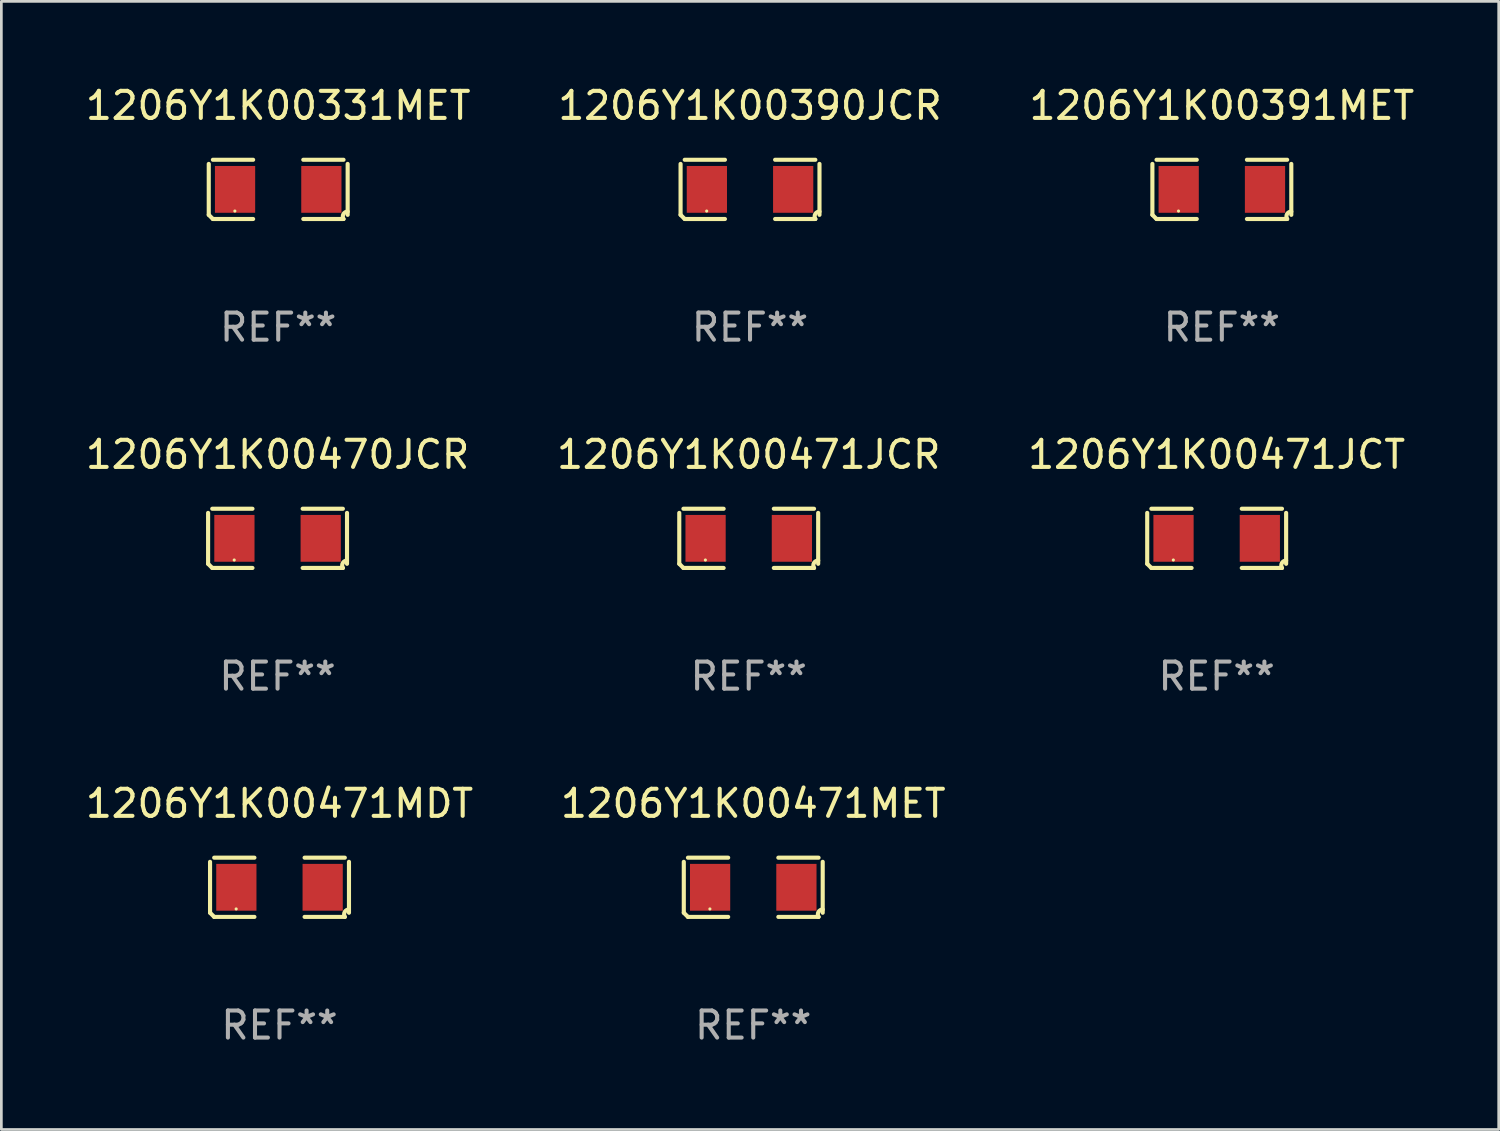
<source format=kicad_pcb>
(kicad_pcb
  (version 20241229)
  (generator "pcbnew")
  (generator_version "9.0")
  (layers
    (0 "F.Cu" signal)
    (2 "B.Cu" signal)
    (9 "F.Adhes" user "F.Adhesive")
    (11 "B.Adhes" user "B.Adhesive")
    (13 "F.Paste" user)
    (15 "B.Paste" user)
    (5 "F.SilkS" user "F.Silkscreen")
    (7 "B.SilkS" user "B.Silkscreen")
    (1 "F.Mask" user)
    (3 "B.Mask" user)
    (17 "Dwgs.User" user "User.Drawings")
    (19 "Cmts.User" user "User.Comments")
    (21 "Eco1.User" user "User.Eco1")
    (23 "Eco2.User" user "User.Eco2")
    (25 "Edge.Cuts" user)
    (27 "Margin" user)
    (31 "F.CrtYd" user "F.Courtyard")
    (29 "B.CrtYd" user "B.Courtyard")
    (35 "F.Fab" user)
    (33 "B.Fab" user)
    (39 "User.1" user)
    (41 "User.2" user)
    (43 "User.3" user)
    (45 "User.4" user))
  (footprint "1206Y1K00331MET"
    (layer "F.Cu")
    (at 7.22 3.941)
    (property "Reference" "1206Y1K00331MET" (at 0 -3.093 0) (layer "F.SilkS") (effects (font (size 1 1) (thickness 0.15))))
    (attr through_hole)
    (fp_line (start -2.564 0.94) (end -2.564 -0.94) (stroke (width 0.152) (type solid)) (layer "F.SilkS"))
    (fp_line (start -2.411 -1.093) (end -0.926 -1.093) (stroke (width 0.152) (type solid)) (layer "F.SilkS"))
    (fp_line (start -0.926 1.093) (end -2.411 1.093) (stroke (width 0.152) (type solid)) (layer "F.SilkS"))
    (fp_line (start 0.926 1.093) (end 2.411 1.093) (stroke (width 0.152) (type solid)) (layer "F.SilkS"))
    (fp_line (start 2.411 -1.093) (end 0.926 -1.093) (stroke (width 0.152) (type solid)) (layer "F.SilkS"))
    (fp_line (start 2.564 0.94) (end 2.564 -0.94) (stroke (width 0.152) (type solid)) (layer "F.SilkS"))
    (fp_arc (start -2.411201 1.092609) (mid -2.487413 1.01642) (end -2.563602 0.940208) (stroke (width 0.1524) (type solid)) (layer "F.SilkS"))
    (fp_arc (start 2.411201 1.092609) (mid 2.407159 0.911226) (end 2.563602 0.819347) (stroke (width 0.1524) (type solid)) (layer "F.SilkS"))
    (fp_circle (center -1.6 0.8) (end -1.57 0.8) (stroke (width 0.06) (type solid)) (fill no) (layer "F.SilkS"))
    (fp_text user "REF**" (at 0 5.093 0) (layer "F.Fab") (effects (font (size 1 1) (thickness 0.15))))
    (pad "1" smd rect (at -1.593 0) (size 1.485 1.728) (layers "F.Cu" "F.Mask" "F.Paste"))
    (pad "2" smd rect (at 1.593 0) (size 1.485 1.728) (layers "F.Cu" "F.Mask" "F.Paste")))
  (footprint "1206Y1K00471MDT"
    (layer "F.Cu")
    (at 7.268 29.704)
    (property "Reference" "1206Y1K00471MDT" (at 0 -3.093 0) (layer "F.SilkS") (effects (font (size 1 1) (thickness 0.15))))
    (attr through_hole)
    (fp_line (start -2.564 0.94) (end -2.564 -0.94) (stroke (width 0.152) (type solid)) (layer "F.SilkS"))
    (fp_line (start -2.411 -1.093) (end -0.926 -1.093) (stroke (width 0.152) (type solid)) (layer "F.SilkS"))
    (fp_line (start -0.926 1.093) (end -2.411 1.093) (stroke (width 0.152) (type solid)) (layer "F.SilkS"))
    (fp_line (start 0.926 1.093) (end 2.411 1.093) (stroke (width 0.152) (type solid)) (layer "F.SilkS"))
    (fp_line (start 2.411 -1.093) (end 0.926 -1.093) (stroke (width 0.152) (type solid)) (layer "F.SilkS"))
    (fp_line (start 2.564 0.94) (end 2.564 -0.94) (stroke (width 0.152) (type solid)) (layer "F.SilkS"))
    (fp_arc (start -2.411201 1.092609) (mid -2.487413 1.01642) (end -2.563602 0.940208) (stroke (width 0.1524) (type solid)) (layer "F.SilkS"))
    (fp_arc (start 2.411201 1.092609) (mid 2.407159 0.911226) (end 2.563602 0.819347) (stroke (width 0.1524) (type solid)) (layer "F.SilkS"))
    (fp_circle (center -1.6 0.8) (end -1.57 0.8) (stroke (width 0.06) (type solid)) (fill no) (layer "F.SilkS"))
    (fp_text user "REF**" (at 0 5.093 0) (layer "F.Fab") (effects (font (size 1 1) (thickness 0.15))))
    (pad "1" smd rect (at -1.593 0) (size 1.485 1.728) (layers "F.Cu" "F.Mask" "F.Paste"))
    (pad "2" smd rect (at 1.593 0) (size 1.485 1.728) (layers "F.Cu" "F.Mask" "F.Paste")))
  (footprint "1206Y1K00471JCT"
    (layer "F.Cu")
    (at 41.863 16.823)
    (property "Reference" "1206Y1K00471JCT" (at 0 -3.093 0) (layer "F.SilkS") (effects (font (size 1 1) (thickness 0.15))))
    (attr through_hole)
    (fp_line (start -2.564 0.94) (end -2.564 -0.94) (stroke (width 0.152) (type solid)) (layer "F.SilkS"))
    (fp_line (start -2.411 -1.093) (end -0.926 -1.093) (stroke (width 0.152) (type solid)) (layer "F.SilkS"))
    (fp_line (start -0.926 1.093) (end -2.411 1.093) (stroke (width 0.152) (type solid)) (layer "F.SilkS"))
    (fp_line (start 0.926 1.093) (end 2.411 1.093) (stroke (width 0.152) (type solid)) (layer "F.SilkS"))
    (fp_line (start 2.411 -1.093) (end 0.926 -1.093) (stroke (width 0.152) (type solid)) (layer "F.SilkS"))
    (fp_line (start 2.564 0.94) (end 2.564 -0.94) (stroke (width 0.152) (type solid)) (layer "F.SilkS"))
    (fp_arc (start -2.411201 1.092609) (mid -2.487413 1.01642) (end -2.563602 0.940208) (stroke (width 0.1524) (type solid)) (layer "F.SilkS"))
    (fp_arc (start 2.411201 1.092609) (mid 2.407159 0.911226) (end 2.563602 0.819347) (stroke (width 0.1524) (type solid)) (layer "F.SilkS"))
    (fp_circle (center -1.6 0.8) (end -1.57 0.8) (stroke (width 0.06) (type solid)) (fill no) (layer "F.SilkS"))
    (fp_text user "REF**" (at 0 5.093 0) (layer "F.Fab") (effects (font (size 1 1) (thickness 0.15))))
    (pad "1" smd rect (at -1.593 0) (size 1.485 1.728) (layers "F.Cu" "F.Mask" "F.Paste"))
    (pad "2" smd rect (at 1.593 0) (size 1.485 1.728) (layers "F.Cu" "F.Mask" "F.Paste")))
  (footprint "1206Y1K00391MET"
    (layer "F.Cu")
    (at 42.054 3.941)
    (property "Reference" "1206Y1K00391MET" (at 0 -3.093 0) (layer "F.SilkS") (effects (font (size 1 1) (thickness 0.15))))
    (attr through_hole)
    (fp_line (start -2.564 0.94) (end -2.564 -0.94) (stroke (width 0.152) (type solid)) (layer "F.SilkS"))
    (fp_line (start -2.411 -1.093) (end -0.926 -1.093) (stroke (width 0.152) (type solid)) (layer "F.SilkS"))
    (fp_line (start -0.926 1.093) (end -2.411 1.093) (stroke (width 0.152) (type solid)) (layer "F.SilkS"))
    (fp_line (start 0.926 1.093) (end 2.411 1.093) (stroke (width 0.152) (type solid)) (layer "F.SilkS"))
    (fp_line (start 2.411 -1.093) (end 0.926 -1.093) (stroke (width 0.152) (type solid)) (layer "F.SilkS"))
    (fp_line (start 2.564 0.94) (end 2.564 -0.94) (stroke (width 0.152) (type solid)) (layer "F.SilkS"))
    (fp_arc (start -2.411201 1.092609) (mid -2.487413 1.01642) (end -2.563602 0.940208) (stroke (width 0.1524) (type solid)) (layer "F.SilkS"))
    (fp_arc (start 2.411201 1.092609) (mid 2.407159 0.911226) (end 2.563602 0.819347) (stroke (width 0.1524) (type solid)) (layer "F.SilkS"))
    (fp_circle (center -1.6 0.8) (end -1.57 0.8) (stroke (width 0.06) (type solid)) (fill no) (layer "F.SilkS"))
    (fp_text user "REF**" (at 0 5.093 0) (layer "F.Fab") (effects (font (size 1 1) (thickness 0.15))))
    (pad "1" smd rect (at -1.593 0) (size 1.485 1.728) (layers "F.Cu" "F.Mask" "F.Paste"))
    (pad "2" smd rect (at 1.593 0) (size 1.485 1.728) (layers "F.Cu" "F.Mask" "F.Paste")))
  (footprint "1206Y1K00470JCR"
    (layer "F.Cu")
    (at 7.196 16.823)
    (property "Reference" "1206Y1K00470JCR" (at 0 -3.093 0) (layer "F.SilkS") (effects (font (size 1 1) (thickness 0.15))))
    (attr through_hole)
    (fp_line (start -2.564 0.94) (end -2.564 -0.94) (stroke (width 0.152) (type solid)) (layer "F.SilkS"))
    (fp_line (start -2.411 -1.093) (end -0.926 -1.093) (stroke (width 0.152) (type solid)) (layer "F.SilkS"))
    (fp_line (start -0.926 1.093) (end -2.411 1.093) (stroke (width 0.152) (type solid)) (layer "F.SilkS"))
    (fp_line (start 0.926 1.093) (end 2.411 1.093) (stroke (width 0.152) (type solid)) (layer "F.SilkS"))
    (fp_line (start 2.411 -1.093) (end 0.926 -1.093) (stroke (width 0.152) (type solid)) (layer "F.SilkS"))
    (fp_line (start 2.564 0.94) (end 2.564 -0.94) (stroke (width 0.152) (type solid)) (layer "F.SilkS"))
    (fp_arc (start -2.411201 1.092609) (mid -2.487413 1.01642) (end -2.563602 0.940208) (stroke (width 0.1524) (type solid)) (layer "F.SilkS"))
    (fp_arc (start 2.411201 1.092609) (mid 2.407159 0.911226) (end 2.563602 0.819347) (stroke (width 0.1524) (type solid)) (layer "F.SilkS"))
    (fp_circle (center -1.6 0.8) (end -1.57 0.8) (stroke (width 0.06) (type solid)) (fill no) (layer "F.SilkS"))
    (fp_text user "REF**" (at 0 5.093 0) (layer "F.Fab") (effects (font (size 1 1) (thickness 0.15))))
    (pad "1" smd rect (at -1.593 0) (size 1.485 1.728) (layers "F.Cu" "F.Mask" "F.Paste"))
    (pad "2" smd rect (at 1.593 0) (size 1.485 1.728) (layers "F.Cu" "F.Mask" "F.Paste")))
  (footprint "1206Y1K00471JCR"
    (layer "F.Cu")
    (at 24.589 16.823)
    (property "Reference" "1206Y1K00471JCR" (at 0 -3.093 0) (layer "F.SilkS") (effects (font (size 1 1) (thickness 0.15))))
    (attr through_hole)
    (fp_line (start -2.564 0.94) (end -2.564 -0.94) (stroke (width 0.152) (type solid)) (layer "F.SilkS"))
    (fp_line (start -2.411 -1.093) (end -0.926 -1.093) (stroke (width 0.152) (type solid)) (layer "F.SilkS"))
    (fp_line (start -0.926 1.093) (end -2.411 1.093) (stroke (width 0.152) (type solid)) (layer "F.SilkS"))
    (fp_line (start 0.926 1.093) (end 2.411 1.093) (stroke (width 0.152) (type solid)) (layer "F.SilkS"))
    (fp_line (start 2.411 -1.093) (end 0.926 -1.093) (stroke (width 0.152) (type solid)) (layer "F.SilkS"))
    (fp_line (start 2.564 0.94) (end 2.564 -0.94) (stroke (width 0.152) (type solid)) (layer "F.SilkS"))
    (fp_arc (start -2.411201 1.092609) (mid -2.487413 1.01642) (end -2.563602 0.940208) (stroke (width 0.1524) (type solid)) (layer "F.SilkS"))
    (fp_arc (start 2.411201 1.092609) (mid 2.407159 0.911226) (end 2.563602 0.819347) (stroke (width 0.1524) (type solid)) (layer "F.SilkS"))
    (fp_circle (center -1.6 0.8) (end -1.57 0.8) (stroke (width 0.06) (type solid)) (fill no) (layer "F.SilkS"))
    (fp_text user "REF**" (at 0 5.093 0) (layer "F.Fab") (effects (font (size 1 1) (thickness 0.15))))
    (pad "1" smd rect (at -1.593 0) (size 1.485 1.728) (layers "F.Cu" "F.Mask" "F.Paste"))
    (pad "2" smd rect (at 1.593 0) (size 1.485 1.728) (layers "F.Cu" "F.Mask" "F.Paste")))
  (footprint "1206Y1K00390JCR"
    (layer "F.Cu")
    (at 24.637 3.941)
    (property "Reference" "1206Y1K00390JCR" (at 0 -3.093 0) (layer "F.SilkS") (effects (font (size 1 1) (thickness 0.15))))
    (attr through_hole)
    (fp_line (start -2.564 0.94) (end -2.564 -0.94) (stroke (width 0.152) (type solid)) (layer "F.SilkS"))
    (fp_line (start -2.411 -1.093) (end -0.926 -1.093) (stroke (width 0.152) (type solid)) (layer "F.SilkS"))
    (fp_line (start -0.926 1.093) (end -2.411 1.093) (stroke (width 0.152) (type solid)) (layer "F.SilkS"))
    (fp_line (start 0.926 1.093) (end 2.411 1.093) (stroke (width 0.152) (type solid)) (layer "F.SilkS"))
    (fp_line (start 2.411 -1.093) (end 0.926 -1.093) (stroke (width 0.152) (type solid)) (layer "F.SilkS"))
    (fp_line (start 2.564 0.94) (end 2.564 -0.94) (stroke (width 0.152) (type solid)) (layer "F.SilkS"))
    (fp_arc (start -2.411201 1.092609) (mid -2.487413 1.01642) (end -2.563602 0.940208) (stroke (width 0.1524) (type solid)) (layer "F.SilkS"))
    (fp_arc (start 2.411201 1.092609) (mid 2.407159 0.911226) (end 2.563602 0.819347) (stroke (width 0.1524) (type solid)) (layer "F.SilkS"))
    (fp_circle (center -1.6 0.8) (end -1.57 0.8) (stroke (width 0.06) (type solid)) (fill no) (layer "F.SilkS"))
    (fp_text user "REF**" (at 0 5.093 0) (layer "F.Fab") (effects (font (size 1 1) (thickness 0.15))))
    (pad "1" smd rect (at -1.593 0) (size 1.485 1.728) (layers "F.Cu" "F.Mask" "F.Paste"))
    (pad "2" smd rect (at 1.593 0) (size 1.485 1.728) (layers "F.Cu" "F.Mask" "F.Paste")))
  (footprint "1206Y1K00471MET"
    (layer "F.Cu")
    (at 24.756 29.704)
    (property "Reference" "1206Y1K00471MET" (at 0 -3.093 0) (layer "F.SilkS") (effects (font (size 1 1) (thickness 0.15))))
    (attr through_hole)
    (fp_line (start -2.564 0.94) (end -2.564 -0.94) (stroke (width 0.152) (type solid)) (layer "F.SilkS"))
    (fp_line (start -2.411 -1.093) (end -0.926 -1.093) (stroke (width 0.152) (type solid)) (layer "F.SilkS"))
    (fp_line (start -0.926 1.093) (end -2.411 1.093) (stroke (width 0.152) (type solid)) (layer "F.SilkS"))
    (fp_line (start 0.926 1.093) (end 2.411 1.093) (stroke (width 0.152) (type solid)) (layer "F.SilkS"))
    (fp_line (start 2.411 -1.093) (end 0.926 -1.093) (stroke (width 0.152) (type solid)) (layer "F.SilkS"))
    (fp_line (start 2.564 0.94) (end 2.564 -0.94) (stroke (width 0.152) (type solid)) (layer "F.SilkS"))
    (fp_arc (start -2.411201 1.092609) (mid -2.487413 1.01642) (end -2.563602 0.940208) (stroke (width 0.1524) (type solid)) (layer "F.SilkS"))
    (fp_arc (start 2.411201 1.092609) (mid 2.407159 0.911226) (end 2.563602 0.819347) (stroke (width 0.1524) (type solid)) (layer "F.SilkS"))
    (fp_circle (center -1.6 0.8) (end -1.57 0.8) (stroke (width 0.06) (type solid)) (fill no) (layer "F.SilkS"))
    (fp_text user "REF**" (at 0 5.093 0) (layer "F.Fab") (effects (font (size 1 1) (thickness 0.15))))
    (pad "1" smd rect (at -1.593 0) (size 1.485 1.728) (layers "F.Cu" "F.Mask" "F.Paste"))
    (pad "2" smd rect (at 1.593 0) (size 1.485 1.728) (layers "F.Cu" "F.Mask" "F.Paste")))
  (gr_rect
    (start -3 -3)
    (end 52.274 38.645)
    (stroke (width 0.1) (type default))
    (fill no)
    (layer "Edge.Cuts")))
</source>
